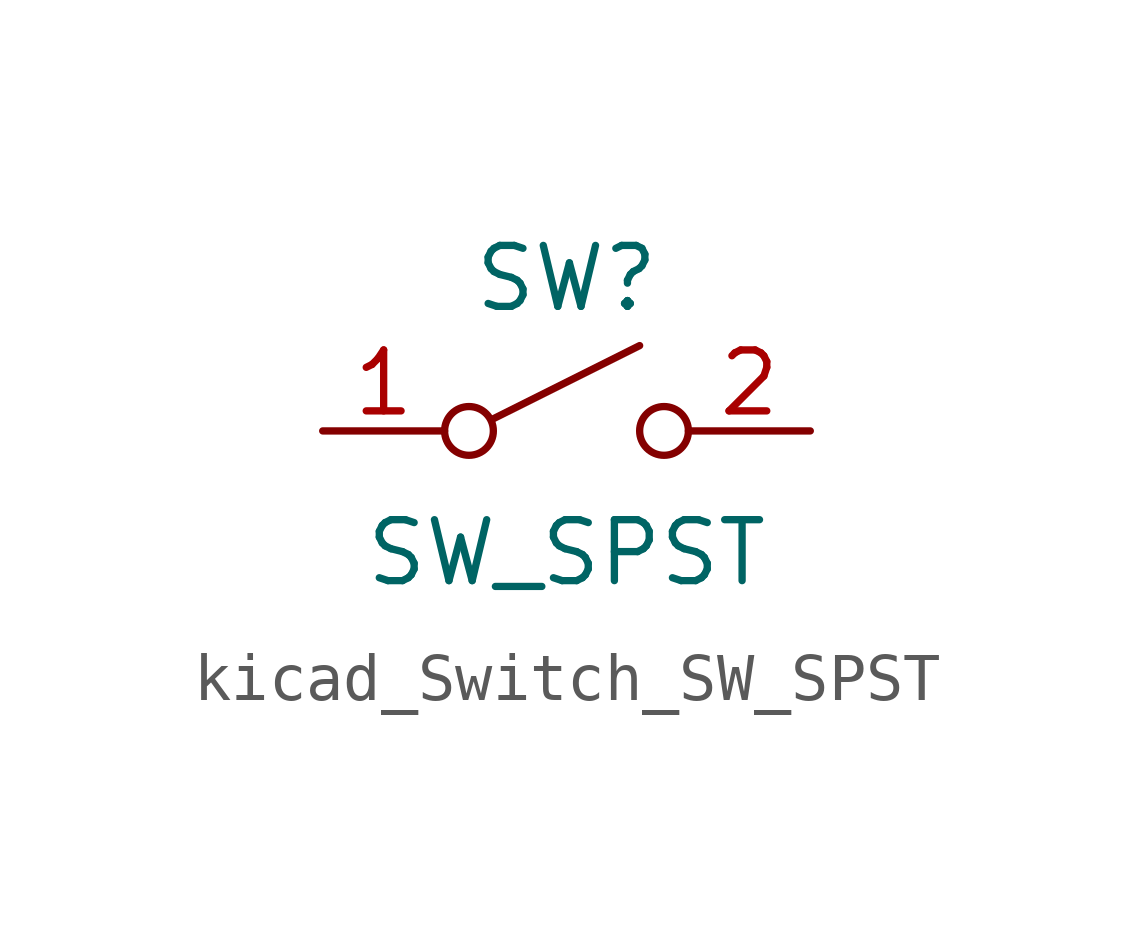
<source format=kicad_sym>
(kicad_symbol_lib
  (version 20220914)
  (generator kicad_symbol_editor)
  (symbol "kicad_Switch_SW_SPST"
    (pin_names
      (offset 0) hide)
    (property "Reference" "SW"
      (at 0 3.175 0)
      (effects (font (size 1.27 1.27))))
    (property "Value" "SW_SPST"
      (at 0 -2.54 0)
      (effects (font (size 1.27 1.27))))
    (symbol "kicad_Switch_SW_SPST_0_0"
      (circle (center -2.032 0) (radius 0.508) (stroke (width 0) (type default)) (fill (type none)))
      (polyline (pts (xy -1.524 0.254) (xy 1.524 1.778)) (stroke (width 0) (type default)) (fill (type none)))
      (circle (center 2.032 0) (radius 0.508) (stroke (width 0) (type default)) (fill (type none))))
    (symbol "kicad_Switch_SW_SPST_1_1"
      (pin passive line (at -5.08 0 0) (length 2.54) (name "A" (effects (font (size 1.27 1.27)))) (number "1" (effects (font (size 1.27 1.27)))))
      (pin passive line (at 5.08 0 180) (length 2.54) (name "B" (effects (font (size 1.27 1.27)))) (number "2" (effects (font (size 1.27 1.27))))))))
</source>
